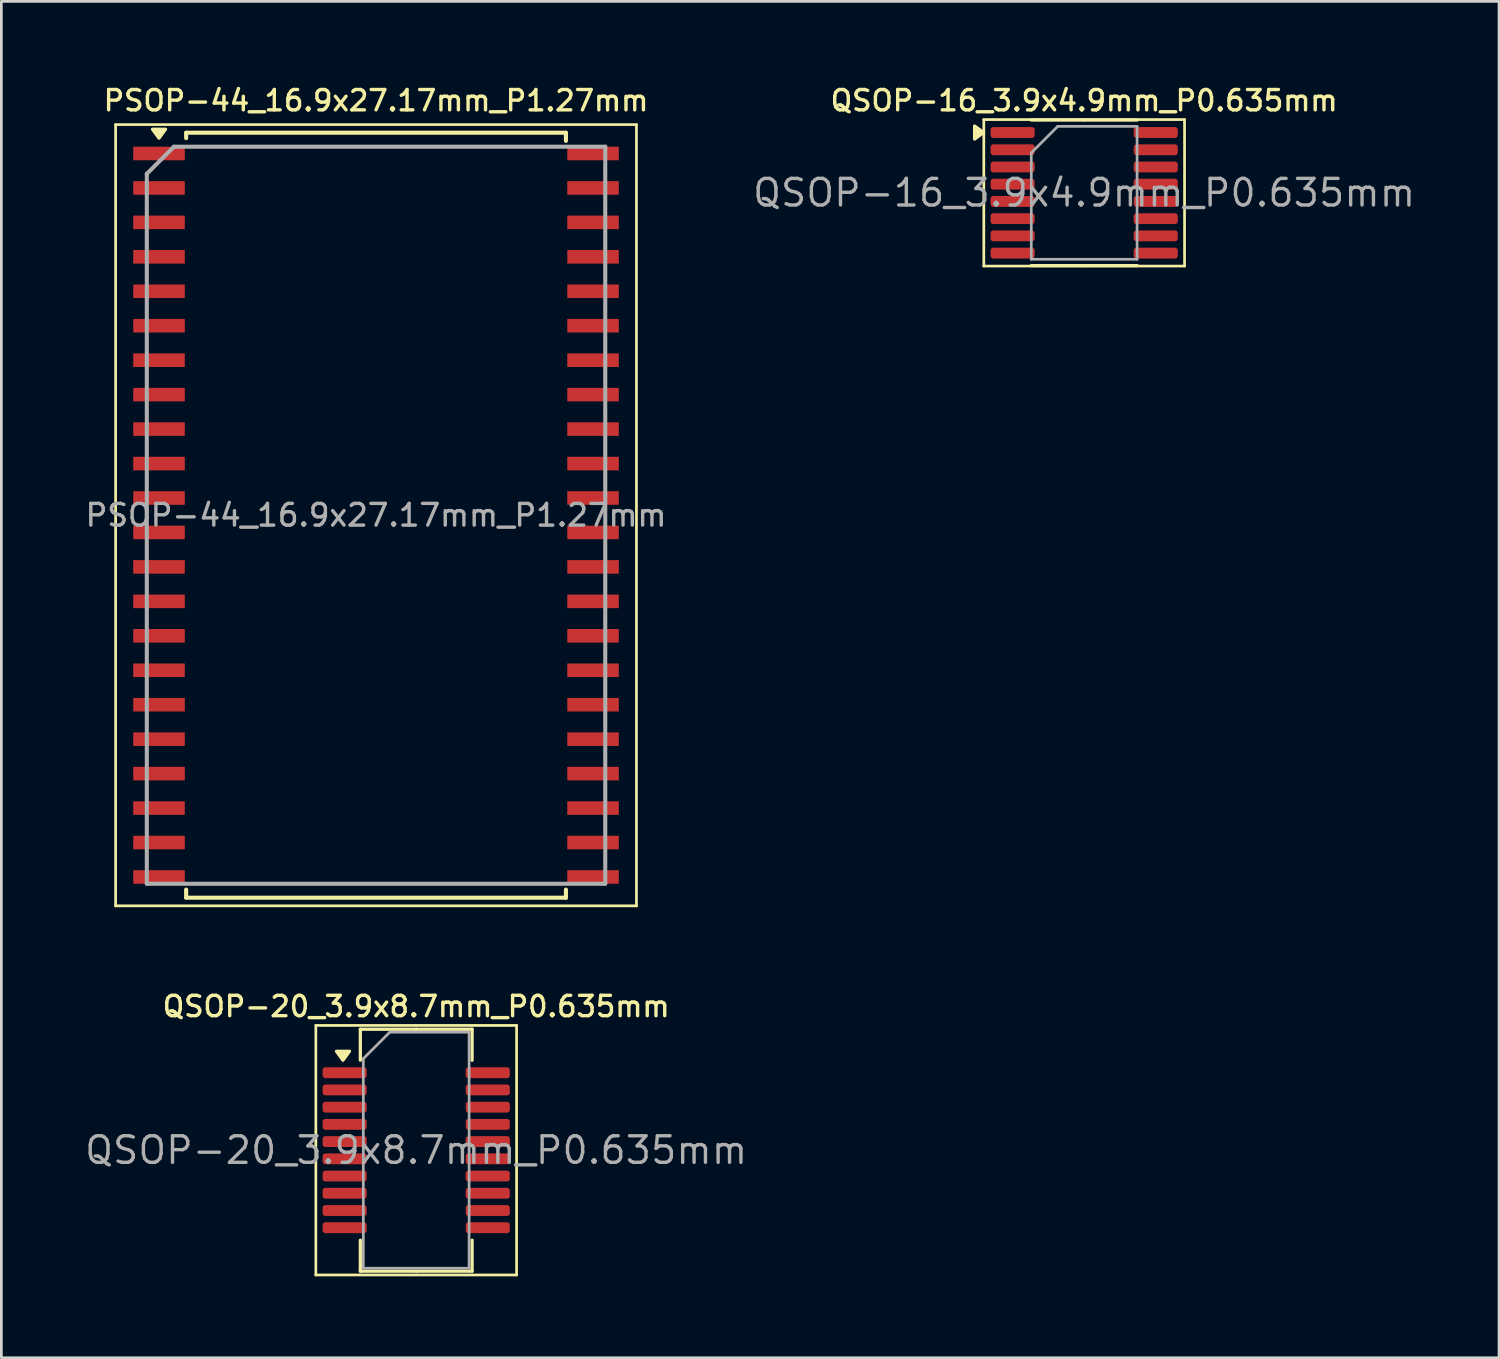
<source format=kicad_pcb>
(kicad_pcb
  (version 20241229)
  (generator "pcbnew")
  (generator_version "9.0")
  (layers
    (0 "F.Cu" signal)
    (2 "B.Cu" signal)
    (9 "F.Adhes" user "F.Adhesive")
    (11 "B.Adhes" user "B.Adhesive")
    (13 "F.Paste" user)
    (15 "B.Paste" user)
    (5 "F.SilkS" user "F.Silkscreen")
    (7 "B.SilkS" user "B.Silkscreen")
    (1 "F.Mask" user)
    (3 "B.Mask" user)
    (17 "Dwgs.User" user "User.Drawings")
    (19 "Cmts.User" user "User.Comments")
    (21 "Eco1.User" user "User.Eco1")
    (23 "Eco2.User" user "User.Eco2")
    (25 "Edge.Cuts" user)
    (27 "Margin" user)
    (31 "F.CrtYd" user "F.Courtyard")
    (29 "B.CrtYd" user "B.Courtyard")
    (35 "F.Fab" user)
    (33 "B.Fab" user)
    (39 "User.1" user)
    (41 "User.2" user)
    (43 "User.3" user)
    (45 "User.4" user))
  (footprint "PSOP-44_16.9x27.17mm_P1.27mm"
    (layer "F.Cu")
    (at 10.812 15.943)
    (property "Reference" "PSOP-44_16.9x27.17mm_P1.27mm" (at 0 -15.285 0) (layer "F.SilkS") (effects (font (size 0.75 0.75) (thickness 0.125))))
    (attr smd)
    (fp_line (start -9.6 -14.4) (end -9.6 14.4) (stroke (width 0.1) (type solid)) (layer "F.SilkS"))
    (fp_line (start -9.6 -14.4) (end 9.6 -14.4) (stroke (width 0.1) (type solid)) (layer "F.SilkS"))
    (fp_line (start -9.6 14.4) (end 9.6 14.4) (stroke (width 0.1) (type solid)) (layer "F.SilkS"))
    (fp_line (start -7 -14.1) (end -7 -13.9) (stroke (width 0.15) (type solid)) (layer "F.SilkS"))
    (fp_line (start -7 -14.1) (end 7 -14.1) (stroke (width 0.15) (type solid)) (layer "F.SilkS"))
    (fp_line (start -7 13.8) (end -7 14.1) (stroke (width 0.15) (type solid)) (layer "F.SilkS"))
    (fp_line (start -7 14.1) (end 7 14.1) (stroke (width 0.15) (type solid)) (layer "F.SilkS"))
    (fp_line (start 7 -14.1) (end 7 -13.8) (stroke (width 0.15) (type solid)) (layer "F.SilkS"))
    (fp_line (start 7 13.8) (end 7 14.1) (stroke (width 0.15) (type solid)) (layer "F.SilkS"))
    (fp_line (start 9.6 -14.4) (end 9.6 14.4) (stroke (width 0.1) (type solid)) (layer "F.SilkS"))
    (fp_poly (pts (xy -8 -13.9) (xy -7.76 -14.23) (xy -8.24 -14.23) (xy -8 -13.9)) (stroke (width 0.12) (type solid)) (fill yes) (layer "F.SilkS"))
    (fp_line (start -8.45 -12.585) (end -7.45 -13.585) (stroke (width 0.15) (type solid)) (layer "F.Fab"))
    (fp_line (start -8.45 13.585) (end -8.45 -12.585) (stroke (width 0.15) (type solid)) (layer "F.Fab"))
    (fp_line (start -7.45 -13.585) (end 8.45 -13.585) (stroke (width 0.15) (type solid)) (layer "F.Fab"))
    (fp_line (start 8.45 -13.585) (end 8.45 13.585) (stroke (width 0.15) (type solid)) (layer "F.Fab"))
    (fp_line (start 8.45 13.585) (end -8.45 13.585) (stroke (width 0.15) (type solid)) (layer "F.Fab"))
    (fp_text user "${REFERENCE}" (at 0 0 0) (layer "F.Fab") (effects (font (size 0.8 0.8) (thickness 0.125))))
    (pad "1" smd rect (at -8 -13.335 270) (size 0.5 1.9) (layers "F.Cu" "F.Mask" "F.Paste"))
    (pad "2" smd rect (at -8 -12.065 270) (size 0.5 1.9) (layers "F.Cu" "F.Mask" "F.Paste"))
    (pad "3" smd rect (at -8 -10.795 270) (size 0.5 1.9) (layers "F.Cu" "F.Mask" "F.Paste"))
    (pad "4" smd rect (at -8 -9.525 270) (size 0.5 1.9) (layers "F.Cu" "F.Mask" "F.Paste"))
    (pad "5" smd rect (at -8 -8.255 270) (size 0.5 1.9) (layers "F.Cu" "F.Mask" "F.Paste"))
    (pad "6" smd rect (at -8 -6.985 270) (size 0.5 1.9) (layers "F.Cu" "F.Mask" "F.Paste"))
    (pad "7" smd rect (at -8 -5.715 270) (size 0.5 1.9) (layers "F.Cu" "F.Mask" "F.Paste"))
    (pad "8" smd rect (at -8 -4.445 270) (size 0.5 1.9) (layers "F.Cu" "F.Mask" "F.Paste"))
    (pad "9" smd rect (at -8 -3.175 270) (size 0.5 1.9) (layers "F.Cu" "F.Mask" "F.Paste"))
    (pad "10" smd rect (at -8 -1.905 270) (size 0.5 1.9) (layers "F.Cu" "F.Mask" "F.Paste"))
    (pad "11" smd rect (at -8 -0.635 270) (size 0.5 1.9) (layers "F.Cu" "F.Mask" "F.Paste"))
    (pad "12" smd rect (at -8 0.635 270) (size 0.5 1.9) (layers "F.Cu" "F.Mask" "F.Paste"))
    (pad "13" smd rect (at -8 1.905 270) (size 0.5 1.9) (layers "F.Cu" "F.Mask" "F.Paste"))
    (pad "14" smd rect (at -8 3.175 270) (size 0.5 1.9) (layers "F.Cu" "F.Mask" "F.Paste"))
    (pad "15" smd rect (at -8 4.445 270) (size 0.5 1.9) (layers "F.Cu" "F.Mask" "F.Paste"))
    (pad "16" smd rect (at -8 5.715 270) (size 0.5 1.9) (layers "F.Cu" "F.Mask" "F.Paste"))
    (pad "17" smd rect (at -8 6.985 270) (size 0.5 1.9) (layers "F.Cu" "F.Mask" "F.Paste"))
    (pad "18" smd rect (at -8 8.255 270) (size 0.5 1.9) (layers "F.Cu" "F.Mask" "F.Paste"))
    (pad "19" smd rect (at -8 9.525 270) (size 0.5 1.9) (layers "F.Cu" "F.Mask" "F.Paste"))
    (pad "20" smd rect (at -8 10.795 270) (size 0.5 1.9) (layers "F.Cu" "F.Mask" "F.Paste"))
    (pad "21" smd rect (at -8 12.065 270) (size 0.5 1.9) (layers "F.Cu" "F.Mask" "F.Paste"))
    (pad "22" smd rect (at -8 13.335 270) (size 0.5 1.9) (layers "F.Cu" "F.Mask" "F.Paste"))
    (pad "23" smd rect (at 8 13.335 270) (size 0.5 1.9) (layers "F.Cu" "F.Mask" "F.Paste"))
    (pad "24" smd rect (at 8 12.065 270) (size 0.5 1.9) (layers "F.Cu" "F.Mask" "F.Paste"))
    (pad "25" smd rect (at 8 10.795 270) (size 0.5 1.9) (layers "F.Cu" "F.Mask" "F.Paste"))
    (pad "26" smd rect (at 8 9.525 270) (size 0.5 1.9) (layers "F.Cu" "F.Mask" "F.Paste"))
    (pad "27" smd rect (at 8 8.255 270) (size 0.5 1.9) (layers "F.Cu" "F.Mask" "F.Paste"))
    (pad "28" smd rect (at 8 6.985 270) (size 0.5 1.9) (layers "F.Cu" "F.Mask" "F.Paste"))
    (pad "29" smd rect (at 8 5.715 270) (size 0.5 1.9) (layers "F.Cu" "F.Mask" "F.Paste"))
    (pad "30" smd rect (at 8 4.445 270) (size 0.5 1.9) (layers "F.Cu" "F.Mask" "F.Paste"))
    (pad "31" smd rect (at 8 3.175 270) (size 0.5 1.9) (layers "F.Cu" "F.Mask" "F.Paste"))
    (pad "32" smd rect (at 8 1.905 270) (size 0.5 1.9) (layers "F.Cu" "F.Mask" "F.Paste"))
    (pad "33" smd rect (at 8 0.635 270) (size 0.5 1.9) (layers "F.Cu" "F.Mask" "F.Paste"))
    (pad "34" smd rect (at 8 -0.635 270) (size 0.5 1.9) (layers "F.Cu" "F.Mask" "F.Paste"))
    (pad "35" smd rect (at 8 -1.905 270) (size 0.5 1.9) (layers "F.Cu" "F.Mask" "F.Paste"))
    (pad "36" smd rect (at 8 -3.175 270) (size 0.5 1.9) (layers "F.Cu" "F.Mask" "F.Paste"))
    (pad "37" smd rect (at 8 -4.445 270) (size 0.5 1.9) (layers "F.Cu" "F.Mask" "F.Paste"))
    (pad "38" smd rect (at 8 -5.715 270) (size 0.5 1.9) (layers "F.Cu" "F.Mask" "F.Paste"))
    (pad "39" smd rect (at 8 -6.985 270) (size 0.5 1.9) (layers "F.Cu" "F.Mask" "F.Paste"))
    (pad "40" smd rect (at 8 -8.255 270) (size 0.5 1.9) (layers "F.Cu" "F.Mask" "F.Paste"))
    (pad "41" smd rect (at 8 -9.525 270) (size 0.5 1.9) (layers "F.Cu" "F.Mask" "F.Paste"))
    (pad "42" smd rect (at 8 -10.795 270) (size 0.5 1.9) (layers "F.Cu" "F.Mask" "F.Paste"))
    (pad "43" smd rect (at 8 -12.065 270) (size 0.5 1.9) (layers "F.Cu" "F.Mask" "F.Paste"))
    (pad "44" smd rect (at 8 -13.335 270) (size 0.5 1.9) (layers "F.Cu" "F.Mask" "F.Paste")))
  (footprint "QSOP-20_3.9x8.7mm_P0.635mm"
    (layer "F.Cu")
    (at 12.293 39.351)
    (property "Reference" "QSOP-20_3.9x8.7mm_P0.635mm" (at 0 -5.3 0) (layer "F.SilkS") (effects (font (size 0.75 0.75) (thickness 0.125))))
    (attr smd)
    (fp_line (start -3.7 -4.6) (end -3.7 4.6) (stroke (width 0.1) (type solid)) (layer "F.SilkS"))
    (fp_line (start -3.7 4.6) (end 3.7 4.6) (stroke (width 0.1) (type solid)) (layer "F.SilkS"))
    (fp_line (start -2.06 -4.46) (end -2.06 -3.317) (stroke (width 0.12) (type solid)) (layer "F.SilkS"))
    (fp_line (start -2.06 4.46) (end -2.06 3.317) (stroke (width 0.12) (type solid)) (layer "F.SilkS"))
    (fp_line (start 0 -4.46) (end -2.06 -4.46) (stroke (width 0.12) (type solid)) (layer "F.SilkS"))
    (fp_line (start 0 -4.46) (end 2.06 -4.46) (stroke (width 0.12) (type solid)) (layer "F.SilkS"))
    (fp_line (start 0 4.46) (end -2.06 4.46) (stroke (width 0.12) (type solid)) (layer "F.SilkS"))
    (fp_line (start 0 4.46) (end 2.06 4.46) (stroke (width 0.12) (type solid)) (layer "F.SilkS"))
    (fp_line (start 2.06 -4.46) (end 2.06 -3.317) (stroke (width 0.12) (type solid)) (layer "F.SilkS"))
    (fp_line (start 2.06 4.46) (end 2.06 3.317) (stroke (width 0.12) (type solid)) (layer "F.SilkS"))
    (fp_line (start 3.7 -4.6) (end -3.7 -4.6) (stroke (width 0.1) (type solid)) (layer "F.SilkS"))
    (fp_line (start 3.7 4.6) (end 3.7 -4.6) (stroke (width 0.1) (type solid)) (layer "F.SilkS"))
    (fp_poly (pts (xy -2.7 -3.317) (xy -2.94 -3.647) (xy -2.46 -3.647) (xy -2.7 -3.317)) (stroke (width 0.12) (type solid)) (fill yes) (layer "F.SilkS"))
    (fp_line (start -1.95 -3.375) (end -0.975 -4.35) (stroke (width 0.1) (type solid)) (layer "F.Fab"))
    (fp_line (start -1.95 4.35) (end -1.95 -3.375) (stroke (width 0.1) (type solid)) (layer "F.Fab"))
    (fp_line (start -0.975 -4.35) (end 1.95 -4.35) (stroke (width 0.1) (type solid)) (layer "F.Fab"))
    (fp_line (start 1.95 -4.35) (end 1.95 4.35) (stroke (width 0.1) (type solid)) (layer "F.Fab"))
    (fp_line (start 1.95 4.35) (end -1.95 4.35) (stroke (width 0.1) (type solid)) (layer "F.Fab"))
    (fp_text user "${REFERENCE}" (at 0 0 0) (layer "F.Fab") (effects (font (size 0.98 0.98) (thickness 0.125))))
    (pad "1" smd roundrect (at -2.638 -2.857) (size 1.625 0.4) (layers "F.Cu" "F.Mask" "F.Paste") (roundrect_rratio 0.25))
    (pad "2" smd roundrect (at -2.638 -2.223) (size 1.625 0.4) (layers "F.Cu" "F.Mask" "F.Paste") (roundrect_rratio 0.25))
    (pad "3" smd roundrect (at -2.638 -1.587) (size 1.625 0.4) (layers "F.Cu" "F.Mask" "F.Paste") (roundrect_rratio 0.25))
    (pad "4" smd roundrect (at -2.638 -0.953) (size 1.625 0.4) (layers "F.Cu" "F.Mask" "F.Paste") (roundrect_rratio 0.25))
    (pad "5" smd roundrect (at -2.638 -0.318) (size 1.625 0.4) (layers "F.Cu" "F.Mask" "F.Paste") (roundrect_rratio 0.25))
    (pad "6" smd roundrect (at -2.638 0.318) (size 1.625 0.4) (layers "F.Cu" "F.Mask" "F.Paste") (roundrect_rratio 0.25))
    (pad "7" smd roundrect (at -2.638 0.953) (size 1.625 0.4) (layers "F.Cu" "F.Mask" "F.Paste") (roundrect_rratio 0.25))
    (pad "8" smd roundrect (at -2.638 1.587) (size 1.625 0.4) (layers "F.Cu" "F.Mask" "F.Paste") (roundrect_rratio 0.25))
    (pad "9" smd roundrect (at -2.638 2.223) (size 1.625 0.4) (layers "F.Cu" "F.Mask" "F.Paste") (roundrect_rratio 0.25))
    (pad "10" smd roundrect (at -2.638 2.857) (size 1.625 0.4) (layers "F.Cu" "F.Mask" "F.Paste") (roundrect_rratio 0.25))
    (pad "11" smd roundrect (at 2.638 2.857) (size 1.625 0.4) (layers "F.Cu" "F.Mask" "F.Paste") (roundrect_rratio 0.25))
    (pad "12" smd roundrect (at 2.638 2.223) (size 1.625 0.4) (layers "F.Cu" "F.Mask" "F.Paste") (roundrect_rratio 0.25))
    (pad "13" smd roundrect (at 2.638 1.587) (size 1.625 0.4) (layers "F.Cu" "F.Mask" "F.Paste") (roundrect_rratio 0.25))
    (pad "14" smd roundrect (at 2.638 0.953) (size 1.625 0.4) (layers "F.Cu" "F.Mask" "F.Paste") (roundrect_rratio 0.25))
    (pad "15" smd roundrect (at 2.638 0.318) (size 1.625 0.4) (layers "F.Cu" "F.Mask" "F.Paste") (roundrect_rratio 0.25))
    (pad "16" smd roundrect (at 2.638 -0.318) (size 1.625 0.4) (layers "F.Cu" "F.Mask" "F.Paste") (roundrect_rratio 0.25))
    (pad "17" smd roundrect (at 2.638 -0.953) (size 1.625 0.4) (layers "F.Cu" "F.Mask" "F.Paste") (roundrect_rratio 0.25))
    (pad "18" smd roundrect (at 2.638 -1.587) (size 1.625 0.4) (layers "F.Cu" "F.Mask" "F.Paste") (roundrect_rratio 0.25))
    (pad "19" smd roundrect (at 2.638 -2.223) (size 1.625 0.4) (layers "F.Cu" "F.Mask" "F.Paste") (roundrect_rratio 0.25))
    (pad "20" smd roundrect (at 2.638 -2.857) (size 1.625 0.4) (layers "F.Cu" "F.Mask" "F.Paste") (roundrect_rratio 0.25)))
  (footprint "QSOP-16_3.9x4.9mm_P0.635mm"
    (layer "F.Cu")
    (at 36.917 4.058)
    (property "Reference" "QSOP-16_3.9x4.9mm_P0.635mm" (at 0 -3.4 0) (layer "F.SilkS") (effects (font (size 0.75 0.75) (thickness 0.125))))
    (attr smd)
    (fp_line (start -3.7 -2.7) (end -3.7 2.7) (stroke (width 0.1) (type solid)) (layer "F.SilkS"))
    (fp_line (start -3.7 2.7) (end 3.7 2.7) (stroke (width 0.1) (type solid)) (layer "F.SilkS"))
    (fp_line (start 0 -2.683) (end -1.95 -2.683) (stroke (width 0.12) (type solid)) (layer "F.SilkS"))
    (fp_line (start 0 -2.683) (end 1.95 -2.683) (stroke (width 0.12) (type solid)) (layer "F.SilkS"))
    (fp_line (start 0 2.683) (end -1.95 2.683) (stroke (width 0.12) (type solid)) (layer "F.SilkS"))
    (fp_line (start 0 2.683) (end 1.95 2.683) (stroke (width 0.12) (type solid)) (layer "F.SilkS"))
    (fp_line (start 3.7 -2.7) (end -3.7 -2.7) (stroke (width 0.1) (type solid)) (layer "F.SilkS"))
    (fp_line (start 3.7 2.7) (end 3.7 -2.7) (stroke (width 0.1) (type solid)) (layer "F.SilkS"))
    (fp_poly (pts (xy -3.71 -2.223) (xy -4.04 -2.462) (xy -4.04 -1.982) (xy -3.71 -2.223)) (stroke (width 0.12) (type solid)) (fill yes) (layer "F.SilkS"))
    (fp_line (start -1.95 -1.475) (end -0.975 -2.45) (stroke (width 0.1) (type solid)) (layer "F.Fab"))
    (fp_line (start -1.95 2.45) (end -1.95 -1.475) (stroke (width 0.1) (type solid)) (layer "F.Fab"))
    (fp_line (start -0.975 -2.45) (end 1.95 -2.45) (stroke (width 0.1) (type solid)) (layer "F.Fab"))
    (fp_line (start 1.95 -2.45) (end 1.95 2.45) (stroke (width 0.1) (type solid)) (layer "F.Fab"))
    (fp_line (start 1.95 2.45) (end -1.95 2.45) (stroke (width 0.1) (type solid)) (layer "F.Fab"))
    (fp_text user "${REFERENCE}" (at 0 0 0) (layer "F.Fab") (effects (font (size 0.98 0.98) (thickness 0.125))))
    (pad "1" smd roundrect (at -2.638 -2.223) (size 1.625 0.4) (layers "F.Cu" "F.Mask" "F.Paste") (roundrect_rratio 0.25))
    (pad "2" smd roundrect (at -2.638 -1.587) (size 1.625 0.4) (layers "F.Cu" "F.Mask" "F.Paste") (roundrect_rratio 0.25))
    (pad "3" smd roundrect (at -2.638 -0.953) (size 1.625 0.4) (layers "F.Cu" "F.Mask" "F.Paste") (roundrect_rratio 0.25))
    (pad "4" smd roundrect (at -2.638 -0.318) (size 1.625 0.4) (layers "F.Cu" "F.Mask" "F.Paste") (roundrect_rratio 0.25))
    (pad "5" smd roundrect (at -2.638 0.318) (size 1.625 0.4) (layers "F.Cu" "F.Mask" "F.Paste") (roundrect_rratio 0.25))
    (pad "6" smd roundrect (at -2.638 0.953) (size 1.625 0.4) (layers "F.Cu" "F.Mask" "F.Paste") (roundrect_rratio 0.25))
    (pad "7" smd roundrect (at -2.638 1.587) (size 1.625 0.4) (layers "F.Cu" "F.Mask" "F.Paste") (roundrect_rratio 0.25))
    (pad "8" smd roundrect (at -2.638 2.223) (size 1.625 0.4) (layers "F.Cu" "F.Mask" "F.Paste") (roundrect_rratio 0.25))
    (pad "9" smd roundrect (at 2.638 2.223) (size 1.625 0.4) (layers "F.Cu" "F.Mask" "F.Paste") (roundrect_rratio 0.25))
    (pad "10" smd roundrect (at 2.638 1.587) (size 1.625 0.4) (layers "F.Cu" "F.Mask" "F.Paste") (roundrect_rratio 0.25))
    (pad "11" smd roundrect (at 2.638 0.953) (size 1.625 0.4) (layers "F.Cu" "F.Mask" "F.Paste") (roundrect_rratio 0.25))
    (pad "12" smd roundrect (at 2.638 0.318) (size 1.625 0.4) (layers "F.Cu" "F.Mask" "F.Paste") (roundrect_rratio 0.25))
    (pad "13" smd roundrect (at 2.638 -0.318) (size 1.625 0.4) (layers "F.Cu" "F.Mask" "F.Paste") (roundrect_rratio 0.25))
    (pad "14" smd roundrect (at 2.638 -0.953) (size 1.625 0.4) (layers "F.Cu" "F.Mask" "F.Paste") (roundrect_rratio 0.25))
    (pad "15" smd roundrect (at 2.638 -1.587) (size 1.625 0.4) (layers "F.Cu" "F.Mask" "F.Paste") (roundrect_rratio 0.25))
    (pad "16" smd roundrect (at 2.638 -2.223) (size 1.625 0.4) (layers "F.Cu" "F.Mask" "F.Paste") (roundrect_rratio 0.25)))
  (gr_rect
    (start -3 -3)
    (end 52.21 47.001)
    (stroke (width 0.1) (type default))
    (fill no)
    (layer "Edge.Cuts")))
</source>
